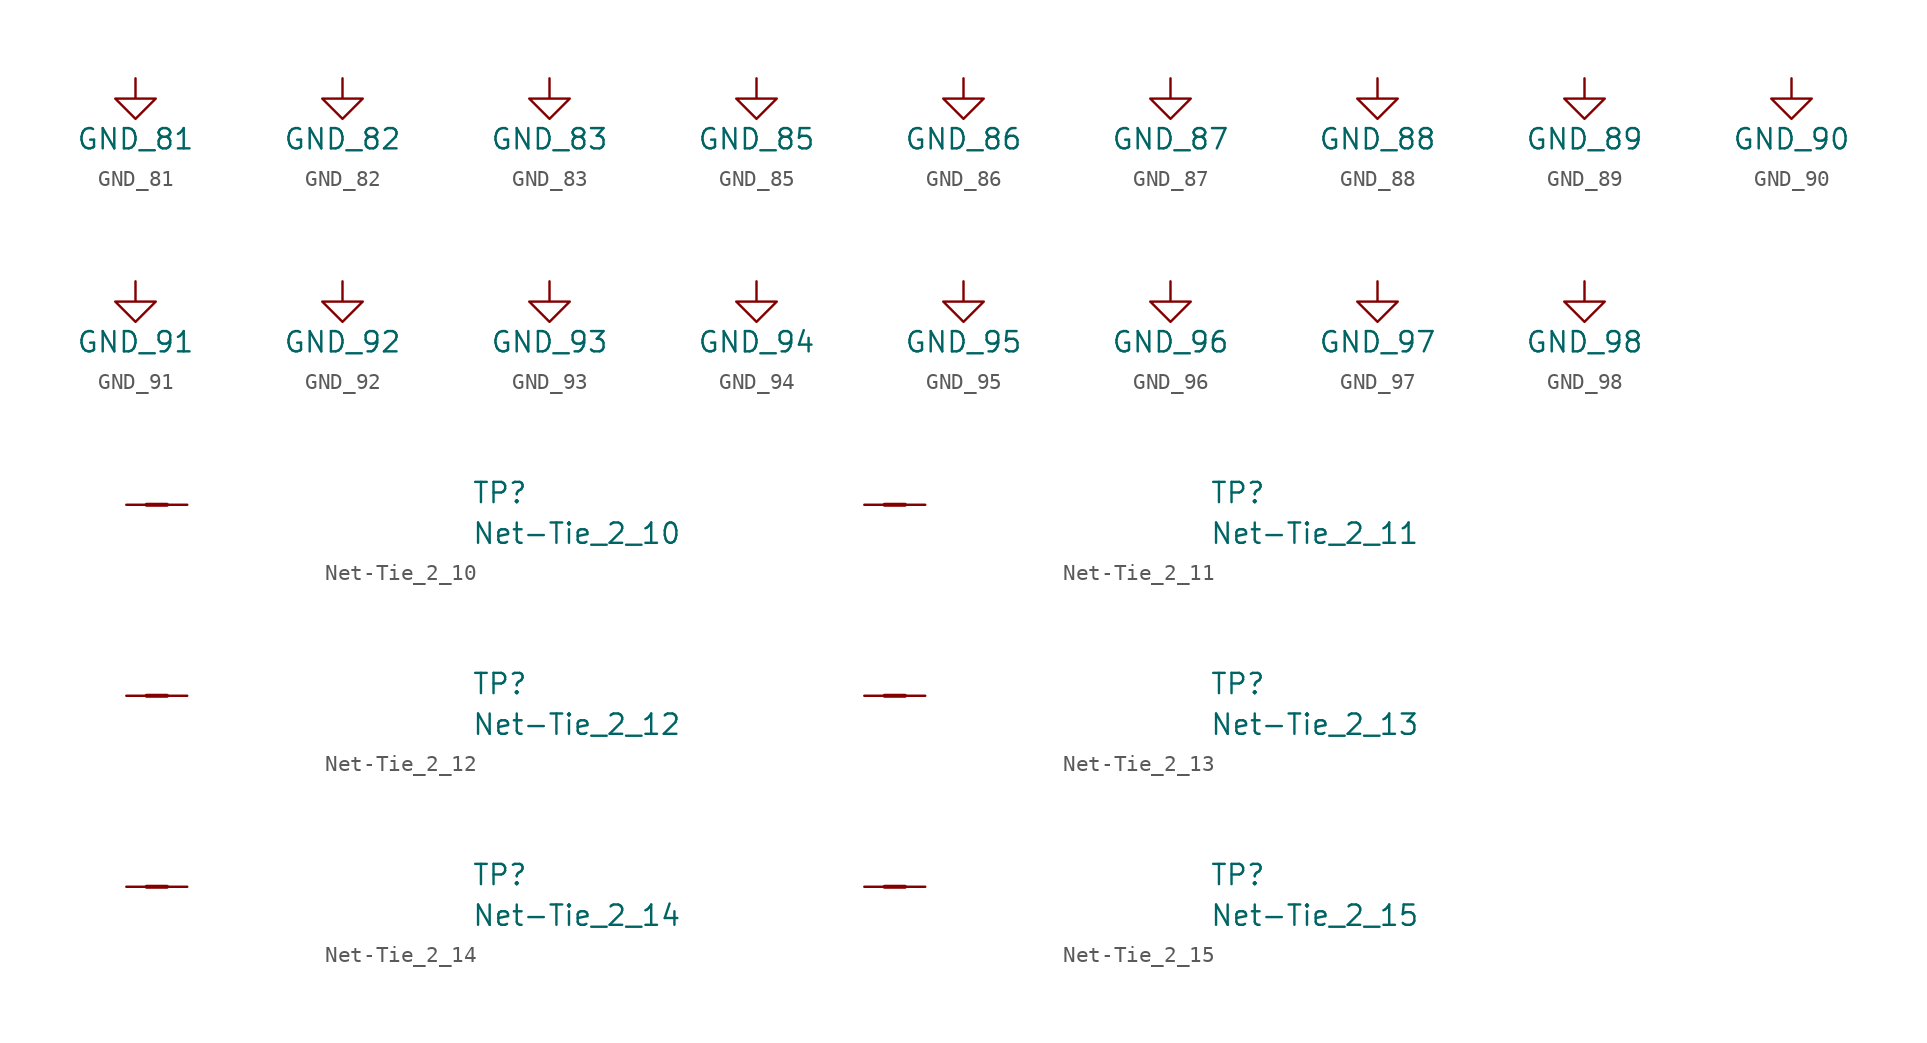
<source format=kicad_sym>
(kicad_symbol_lib
  (version 20211014)
  (generator kicad_symbol_editor)
  (symbol "data-center-rdimm-ddr4-tester:GND_81"
    (power)
    (pin_names
      (offset 0))
    (property "Reference" "#PWR"
      (at 0 -6.35 0)
      (effects (font (size 1.27 1.27)) hide))
    (property "Value" "GND_81"
      (at 0 -3.81 0)
      (effects (font (size 1.27 1.27))))
    (symbol "GND_81_0_1"
      (polyline (pts (xy 0 0) (xy 0 -1.27) (xy 1.27 -1.27) (xy 0 -2.54) (xy -1.27 -1.27) (xy 0 -1.27)) (stroke (width 0) (type default)) (fill (type none))))
    (symbol "GND_81_1_1"
      (pin power_in line (at 0 0 270) (length 0) hide (name "GND" (effects (font (size 1.27 1.27)))) (number "1" (effects (font (size 1.27 1.27)))))))
  (symbol "data-center-rdimm-ddr4-tester:GND_82"
    (power)
    (pin_names
      (offset 0))
    (property "Reference" "#PWR"
      (at 0 -6.35 0)
      (effects (font (size 1.27 1.27)) hide))
    (property "Value" "GND_82"
      (at 0 -3.81 0)
      (effects (font (size 1.27 1.27))))
    (symbol "GND_82_0_1"
      (polyline (pts (xy 0 0) (xy 0 -1.27) (xy 1.27 -1.27) (xy 0 -2.54) (xy -1.27 -1.27) (xy 0 -1.27)) (stroke (width 0) (type default)) (fill (type none))))
    (symbol "GND_82_1_1"
      (pin power_in line (at 0 0 270) (length 0) hide (name "GND" (effects (font (size 1.27 1.27)))) (number "1" (effects (font (size 1.27 1.27)))))))
  (symbol "data-center-rdimm-ddr4-tester:GND_83"
    (power)
    (pin_names
      (offset 0))
    (property "Reference" "#PWR"
      (at 0 -6.35 0)
      (effects (font (size 1.27 1.27)) hide))
    (property "Value" "GND_83"
      (at 0 -3.81 0)
      (effects (font (size 1.27 1.27))))
    (symbol "GND_83_0_1"
      (polyline (pts (xy 0 0) (xy 0 -1.27) (xy 1.27 -1.27) (xy 0 -2.54) (xy -1.27 -1.27) (xy 0 -1.27)) (stroke (width 0) (type default)) (fill (type none))))
    (symbol "GND_83_1_1"
      (pin power_in line (at 0 0 270) (length 0) hide (name "GND" (effects (font (size 1.27 1.27)))) (number "1" (effects (font (size 1.27 1.27)))))))
  (symbol "data-center-rdimm-ddr4-tester:GND_85"
    (power)
    (pin_names
      (offset 0))
    (property "Reference" "#PWR"
      (at 0 -6.35 0)
      (effects (font (size 1.27 1.27)) hide))
    (property "Value" "GND_85"
      (at 0 -3.81 0)
      (effects (font (size 1.27 1.27))))
    (symbol "GND_85_0_1"
      (polyline (pts (xy 0 0) (xy 0 -1.27) (xy 1.27 -1.27) (xy 0 -2.54) (xy -1.27 -1.27) (xy 0 -1.27)) (stroke (width 0) (type default)) (fill (type none))))
    (symbol "GND_85_1_1"
      (pin power_in line (at 0 0 270) (length 0) hide (name "GND" (effects (font (size 1.27 1.27)))) (number "1" (effects (font (size 1.27 1.27)))))))
  (symbol "data-center-rdimm-ddr4-tester:GND_86"
    (power)
    (pin_names
      (offset 0))
    (property "Reference" "#PWR"
      (at 0 -6.35 0)
      (effects (font (size 1.27 1.27)) hide))
    (property "Value" "GND_86"
      (at 0 -3.81 0)
      (effects (font (size 1.27 1.27))))
    (symbol "GND_86_0_1"
      (polyline (pts (xy 0 0) (xy 0 -1.27) (xy 1.27 -1.27) (xy 0 -2.54) (xy -1.27 -1.27) (xy 0 -1.27)) (stroke (width 0) (type default)) (fill (type none))))
    (symbol "GND_86_1_1"
      (pin power_in line (at 0 0 270) (length 0) hide (name "GND" (effects (font (size 1.27 1.27)))) (number "1" (effects (font (size 1.27 1.27)))))))
  (symbol "data-center-rdimm-ddr4-tester:GND_87"
    (power)
    (pin_names
      (offset 0))
    (property "Reference" "#PWR"
      (at 0 -6.35 0)
      (effects (font (size 1.27 1.27)) hide))
    (property "Value" "GND_87"
      (at 0 -3.81 0)
      (effects (font (size 1.27 1.27))))
    (symbol "GND_87_0_1"
      (polyline (pts (xy 0 0) (xy 0 -1.27) (xy 1.27 -1.27) (xy 0 -2.54) (xy -1.27 -1.27) (xy 0 -1.27)) (stroke (width 0) (type default)) (fill (type none))))
    (symbol "GND_87_1_1"
      (pin power_in line (at 0 0 270) (length 0) hide (name "GND" (effects (font (size 1.27 1.27)))) (number "1" (effects (font (size 1.27 1.27)))))))
  (symbol "data-center-rdimm-ddr4-tester:GND_88"
    (power)
    (pin_names
      (offset 0))
    (property "Reference" "#PWR"
      (at 0 -6.35 0)
      (effects (font (size 1.27 1.27)) hide))
    (property "Value" "GND_88"
      (at 0 -3.81 0)
      (effects (font (size 1.27 1.27))))
    (symbol "GND_88_0_1"
      (polyline (pts (xy 0 0) (xy 0 -1.27) (xy 1.27 -1.27) (xy 0 -2.54) (xy -1.27 -1.27) (xy 0 -1.27)) (stroke (width 0) (type default)) (fill (type none))))
    (symbol "GND_88_1_1"
      (pin power_in line (at 0 0 270) (length 0) hide (name "GND" (effects (font (size 1.27 1.27)))) (number "1" (effects (font (size 1.27 1.27)))))))
  (symbol "data-center-rdimm-ddr4-tester:GND_89"
    (power)
    (pin_names
      (offset 0))
    (property "Reference" "#PWR"
      (at 0 -6.35 0)
      (effects (font (size 1.27 1.27)) hide))
    (property "Value" "GND_89"
      (at 0 -3.81 0)
      (effects (font (size 1.27 1.27))))
    (symbol "GND_89_0_1"
      (polyline (pts (xy 0 0) (xy 0 -1.27) (xy 1.27 -1.27) (xy 0 -2.54) (xy -1.27 -1.27) (xy 0 -1.27)) (stroke (width 0) (type default)) (fill (type none))))
    (symbol "GND_89_1_1"
      (pin power_in line (at 0 0 270) (length 0) hide (name "GND" (effects (font (size 1.27 1.27)))) (number "1" (effects (font (size 1.27 1.27)))))))
  (symbol "data-center-rdimm-ddr4-tester:GND_90"
    (power)
    (pin_names
      (offset 0))
    (property "Reference" "#PWR"
      (at 0 -6.35 0)
      (effects (font (size 1.27 1.27)) hide))
    (property "Value" "GND_90"
      (at 0 -3.81 0)
      (effects (font (size 1.27 1.27))))
    (symbol "GND_90_0_1"
      (polyline (pts (xy 0 0) (xy 0 -1.27) (xy 1.27 -1.27) (xy 0 -2.54) (xy -1.27 -1.27) (xy 0 -1.27)) (stroke (width 0) (type default)) (fill (type none))))
    (symbol "GND_90_1_1"
      (pin power_in line (at 0 0 270) (length 0) hide (name "GND" (effects (font (size 1.27 1.27)))) (number "1" (effects (font (size 1.27 1.27)))))))
  (symbol "data-center-rdimm-ddr4-tester:GND_91"
    (power)
    (pin_names
      (offset 0))
    (property "Reference" "#PWR"
      (at 0 -6.35 0)
      (effects (font (size 1.27 1.27)) hide))
    (property "Value" "GND_91"
      (at 0 -3.81 0)
      (effects (font (size 1.27 1.27))))
    (symbol "GND_91_0_1"
      (polyline (pts (xy 0 0) (xy 0 -1.27) (xy 1.27 -1.27) (xy 0 -2.54) (xy -1.27 -1.27) (xy 0 -1.27)) (stroke (width 0) (type default)) (fill (type none))))
    (symbol "GND_91_1_1"
      (pin power_in line (at 0 0 270) (length 0) hide (name "GND" (effects (font (size 1.27 1.27)))) (number "1" (effects (font (size 1.27 1.27)))))))
  (symbol "data-center-rdimm-ddr4-tester:GND_92"
    (power)
    (pin_names
      (offset 0))
    (property "Reference" "#PWR"
      (at 0 -6.35 0)
      (effects (font (size 1.27 1.27)) hide))
    (property "Value" "GND_92"
      (at 0 -3.81 0)
      (effects (font (size 1.27 1.27))))
    (symbol "GND_92_0_1"
      (polyline (pts (xy 0 0) (xy 0 -1.27) (xy 1.27 -1.27) (xy 0 -2.54) (xy -1.27 -1.27) (xy 0 -1.27)) (stroke (width 0) (type default)) (fill (type none))))
    (symbol "GND_92_1_1"
      (pin power_in line (at 0 0 270) (length 0) hide (name "GND" (effects (font (size 1.27 1.27)))) (number "1" (effects (font (size 1.27 1.27)))))))
  (symbol "data-center-rdimm-ddr4-tester:GND_93"
    (power)
    (pin_names
      (offset 0))
    (property "Reference" "#PWR"
      (at 0 -6.35 0)
      (effects (font (size 1.27 1.27)) hide))
    (property "Value" "GND_93"
      (at 0 -3.81 0)
      (effects (font (size 1.27 1.27))))
    (symbol "GND_93_0_1"
      (polyline (pts (xy 0 0) (xy 0 -1.27) (xy 1.27 -1.27) (xy 0 -2.54) (xy -1.27 -1.27) (xy 0 -1.27)) (stroke (width 0) (type default)) (fill (type none))))
    (symbol "GND_93_1_1"
      (pin power_in line (at 0 0 270) (length 0) hide (name "GND" (effects (font (size 1.27 1.27)))) (number "1" (effects (font (size 1.27 1.27)))))))
  (symbol "data-center-rdimm-ddr4-tester:GND_94"
    (power)
    (pin_names
      (offset 0))
    (property "Reference" "#PWR"
      (at 0 -6.35 0)
      (effects (font (size 1.27 1.27)) hide))
    (property "Value" "GND_94"
      (at 0 -3.81 0)
      (effects (font (size 1.27 1.27))))
    (symbol "GND_94_0_1"
      (polyline (pts (xy 0 0) (xy 0 -1.27) (xy 1.27 -1.27) (xy 0 -2.54) (xy -1.27 -1.27) (xy 0 -1.27)) (stroke (width 0) (type default)) (fill (type none))))
    (symbol "GND_94_1_1"
      (pin power_in line (at 0 0 270) (length 0) hide (name "GND" (effects (font (size 1.27 1.27)))) (number "1" (effects (font (size 1.27 1.27)))))))
  (symbol "data-center-rdimm-ddr4-tester:GND_95"
    (power)
    (pin_names
      (offset 0))
    (property "Reference" "#PWR"
      (at 0 -6.35 0)
      (effects (font (size 1.27 1.27)) hide))
    (property "Value" "GND_95"
      (at 0 -3.81 0)
      (effects (font (size 1.27 1.27))))
    (symbol "GND_95_0_1"
      (polyline (pts (xy 0 0) (xy 0 -1.27) (xy 1.27 -1.27) (xy 0 -2.54) (xy -1.27 -1.27) (xy 0 -1.27)) (stroke (width 0) (type default)) (fill (type none))))
    (symbol "GND_95_1_1"
      (pin power_in line (at 0 0 270) (length 0) hide (name "GND" (effects (font (size 1.27 1.27)))) (number "1" (effects (font (size 1.27 1.27)))))))
  (symbol "data-center-rdimm-ddr4-tester:GND_96"
    (power)
    (pin_names
      (offset 0))
    (property "Reference" "#PWR"
      (at 0 -6.35 0)
      (effects (font (size 1.27 1.27)) hide))
    (property "Value" "GND_96"
      (at 0 -3.81 0)
      (effects (font (size 1.27 1.27))))
    (symbol "GND_96_0_1"
      (polyline (pts (xy 0 0) (xy 0 -1.27) (xy 1.27 -1.27) (xy 0 -2.54) (xy -1.27 -1.27) (xy 0 -1.27)) (stroke (width 0) (type default)) (fill (type none))))
    (symbol "GND_96_1_1"
      (pin power_in line (at 0 0 270) (length 0) hide (name "GND" (effects (font (size 1.27 1.27)))) (number "1" (effects (font (size 1.27 1.27)))))))
  (symbol "data-center-rdimm-ddr4-tester:GND_97"
    (power)
    (pin_names
      (offset 0))
    (property "Reference" "#PWR"
      (at 0 -6.35 0)
      (effects (font (size 1.27 1.27)) hide))
    (property "Value" "GND_97"
      (at 0 -3.81 0)
      (effects (font (size 1.27 1.27))))
    (symbol "GND_97_0_1"
      (polyline (pts (xy 0 0) (xy 0 -1.27) (xy 1.27 -1.27) (xy 0 -2.54) (xy -1.27 -1.27) (xy 0 -1.27)) (stroke (width 0) (type default)) (fill (type none))))
    (symbol "GND_97_1_1"
      (pin power_in line (at 0 0 270) (length 0) hide (name "GND" (effects (font (size 1.27 1.27)))) (number "1" (effects (font (size 1.27 1.27)))))))
  (symbol "data-center-rdimm-ddr4-tester:GND_98"
    (power)
    (pin_names
      (offset 0))
    (property "Reference" "#PWR"
      (at 0 -6.35 0)
      (effects (font (size 1.27 1.27)) hide))
    (property "Value" "GND_98"
      (at 0 -3.81 0)
      (effects (font (size 1.27 1.27))))
    (symbol "GND_98_0_1"
      (polyline (pts (xy 0 0) (xy 0 -1.27) (xy 1.27 -1.27) (xy 0 -2.54) (xy -1.27 -1.27) (xy 0 -1.27)) (stroke (width 0) (type default)) (fill (type none))))
    (symbol "GND_98_1_1"
      (pin power_in line (at 0 0 270) (length 0) hide (name "GND" (effects (font (size 1.27 1.27)))) (number "1" (effects (font (size 1.27 1.27)))))))
  (symbol "data-center-rdimm-ddr4-tester:Net-Tie_2_10"
    (pin_numbers hide)
    (pin_names hide)
    (property "Reference" "TP"
      (at 21.59 0 0)
      (effects (font (size 1.27 1.27) (thickness 0.15)) (justify left bottom)))
    (property "Value" "Net-Tie_2_10"
      (at 21.59 -2.54 0)
      (effects (font (size 1.27 1.27) (thickness 0.15)) (justify left bottom)))
    (symbol "Net-Tie_2_10_1_1"
      (polyline (pts (xy 1.27 0) (xy 2.54 0)) (stroke (width 0.254) (type default)) (fill (type background)))
      (pin passive line (at 0 0 0) (length 1.27) (name "1" (effects (font (size 1.27 1.27)))) (number "1" (effects (font (size 1.27 1.27)))))
      (pin passive line (at 3.81 0 180) (length 1.27) (name "2" (effects (font (size 1.27 1.27)))) (number "2" (effects (font (size 1.27 1.27)))))))
  (symbol "data-center-rdimm-ddr4-tester:Net-Tie_2_11"
    (pin_numbers hide)
    (pin_names hide)
    (property "Reference" "TP"
      (at 21.59 0 0)
      (effects (font (size 1.27 1.27) (thickness 0.15)) (justify left bottom)))
    (property "Value" "Net-Tie_2_11"
      (at 21.59 -2.54 0)
      (effects (font (size 1.27 1.27) (thickness 0.15)) (justify left bottom)))
    (symbol "Net-Tie_2_11_1_1"
      (polyline (pts (xy 1.27 0) (xy 2.54 0)) (stroke (width 0.254) (type default)) (fill (type background)))
      (pin passive line (at 0 0 0) (length 1.27) (name "1" (effects (font (size 1.27 1.27)))) (number "1" (effects (font (size 1.27 1.27)))))
      (pin passive line (at 3.81 0 180) (length 1.27) (name "2" (effects (font (size 1.27 1.27)))) (number "2" (effects (font (size 1.27 1.27)))))))
  (symbol "data-center-rdimm-ddr4-tester:Net-Tie_2_12"
    (pin_numbers hide)
    (pin_names hide)
    (property "Reference" "TP"
      (at 21.59 0 0)
      (effects (font (size 1.27 1.27) (thickness 0.15)) (justify left bottom)))
    (property "Value" "Net-Tie_2_12"
      (at 21.59 -2.54 0)
      (effects (font (size 1.27 1.27) (thickness 0.15)) (justify left bottom)))
    (symbol "Net-Tie_2_12_1_1"
      (polyline (pts (xy 1.27 0) (xy 2.54 0)) (stroke (width 0.254) (type default)) (fill (type background)))
      (pin passive line (at 0 0 0) (length 1.27) (name "1" (effects (font (size 1.27 1.27)))) (number "1" (effects (font (size 1.27 1.27)))))
      (pin passive line (at 3.81 0 180) (length 1.27) (name "2" (effects (font (size 1.27 1.27)))) (number "2" (effects (font (size 1.27 1.27)))))))
  (symbol "data-center-rdimm-ddr4-tester:Net-Tie_2_13"
    (pin_numbers hide)
    (pin_names hide)
    (property "Reference" "TP"
      (at 21.59 0 0)
      (effects (font (size 1.27 1.27) (thickness 0.15)) (justify left bottom)))
    (property "Value" "Net-Tie_2_13"
      (at 21.59 -2.54 0)
      (effects (font (size 1.27 1.27) (thickness 0.15)) (justify left bottom)))
    (symbol "Net-Tie_2_13_1_1"
      (polyline (pts (xy 1.27 0) (xy 2.54 0)) (stroke (width 0.254) (type default)) (fill (type background)))
      (pin passive line (at 0 0 0) (length 1.27) (name "1" (effects (font (size 1.27 1.27)))) (number "1" (effects (font (size 1.27 1.27)))))
      (pin passive line (at 3.81 0 180) (length 1.27) (name "2" (effects (font (size 1.27 1.27)))) (number "2" (effects (font (size 1.27 1.27)))))))
  (symbol "data-center-rdimm-ddr4-tester:Net-Tie_2_14"
    (pin_numbers hide)
    (pin_names hide)
    (property "Reference" "TP"
      (at 21.59 0 0)
      (effects (font (size 1.27 1.27) (thickness 0.15)) (justify left bottom)))
    (property "Value" "Net-Tie_2_14"
      (at 21.59 -2.54 0)
      (effects (font (size 1.27 1.27) (thickness 0.15)) (justify left bottom)))
    (symbol "Net-Tie_2_14_1_1"
      (polyline (pts (xy 1.27 0) (xy 2.54 0)) (stroke (width 0.254) (type default)) (fill (type background)))
      (pin passive line (at 0 0 0) (length 1.27) (name "1" (effects (font (size 1.27 1.27)))) (number "1" (effects (font (size 1.27 1.27)))))
      (pin passive line (at 3.81 0 180) (length 1.27) (name "2" (effects (font (size 1.27 1.27)))) (number "2" (effects (font (size 1.27 1.27)))))))
  (symbol "data-center-rdimm-ddr4-tester:Net-Tie_2_15"
    (pin_numbers hide)
    (pin_names hide)
    (property "Reference" "TP"
      (at 21.59 0 0)
      (effects (font (size 1.27 1.27) (thickness 0.15)) (justify left bottom)))
    (property "Value" "Net-Tie_2_15"
      (at 21.59 -2.54 0)
      (effects (font (size 1.27 1.27) (thickness 0.15)) (justify left bottom)))
    (symbol "Net-Tie_2_15_1_1"
      (polyline (pts (xy 1.27 0) (xy 2.54 0)) (stroke (width 0.254) (type default)) (fill (type background)))
      (pin passive line (at 0 0 0) (length 1.27) (name "1" (effects (font (size 1.27 1.27)))) (number "1" (effects (font (size 1.27 1.27)))))
      (pin passive line (at 3.81 0 180) (length 1.27) (name "2" (effects (font (size 1.27 1.27)))) (number "2" (effects (font (size 1.27 1.27))))))))
</source>
